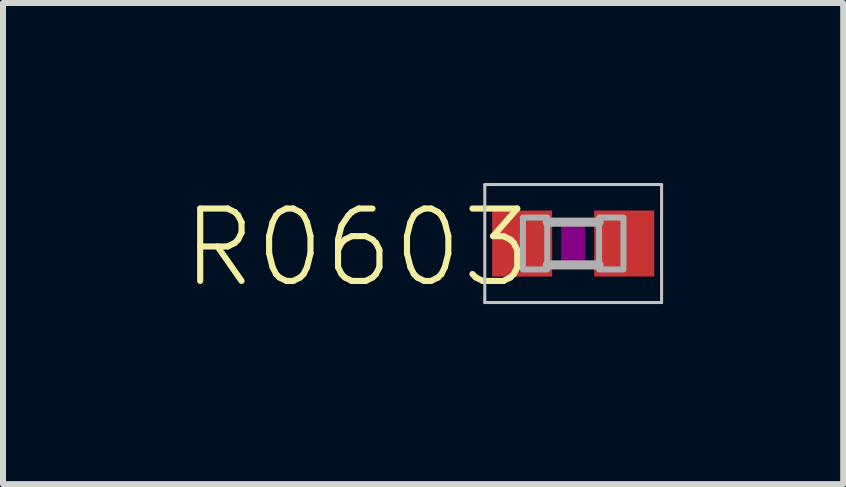
<source format=kicad_pcb>
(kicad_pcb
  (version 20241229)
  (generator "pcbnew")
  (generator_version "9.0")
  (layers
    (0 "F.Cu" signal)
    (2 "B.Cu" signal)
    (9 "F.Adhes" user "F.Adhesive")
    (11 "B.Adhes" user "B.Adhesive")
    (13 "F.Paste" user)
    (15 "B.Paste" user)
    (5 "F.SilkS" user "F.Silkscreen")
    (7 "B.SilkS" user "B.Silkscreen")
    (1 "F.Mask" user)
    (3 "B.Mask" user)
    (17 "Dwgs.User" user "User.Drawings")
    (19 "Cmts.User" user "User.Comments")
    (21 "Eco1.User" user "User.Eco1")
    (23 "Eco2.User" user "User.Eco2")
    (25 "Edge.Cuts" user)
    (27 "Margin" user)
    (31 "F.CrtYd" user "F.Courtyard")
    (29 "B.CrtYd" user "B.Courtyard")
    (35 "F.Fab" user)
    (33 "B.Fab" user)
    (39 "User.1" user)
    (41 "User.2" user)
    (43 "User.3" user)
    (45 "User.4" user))
  (footprint "R0603"
    (layer "F.Cu")
    (at 6.501 1.008)
    (property "Reference" "R0603" (at -0.635 -0.635 0) (layer "F.SilkS") (effects (font (size 1.206 1.206) (thickness 0.102)) (justify right top)))
    (attr through_hole)
    (fp_poly (pts (xy -0.2 0.4) (xy 0.2 0.4) (xy 0.2 -0.4) (xy -0.2 -0.4)) (stroke (width 0) (type solid)) (fill yes) (layer "F.Adhes"))
    (fp_line (start -1.473 -0.983) (end 1.473 -0.983) (stroke (width 0.051) (type solid)) (layer "Dwgs.User"))
    (fp_line (start -1.473 0.983) (end -1.473 -0.983) (stroke (width 0.051) (type solid)) (layer "Dwgs.User"))
    (fp_line (start 1.473 -0.983) (end 1.473 0.983) (stroke (width 0.051) (type solid)) (layer "Dwgs.User"))
    (fp_line (start 1.473 0.983) (end -1.473 0.983) (stroke (width 0.051) (type solid)) (layer "Dwgs.User"))
    (fp_line (start -0.432 0.356) (end 0.432 0.356) (stroke (width 0.152) (type solid)) (layer "F.Fab"))
    (fp_line (start 0.432 -0.356) (end -0.432 -0.356) (stroke (width 0.152) (type solid)) (layer "F.Fab"))
    (fp_poly (pts (xy -0.838 0.432) (xy -0.432 0.432) (xy -0.432 -0.432) (xy -0.838 -0.432)) (stroke (width 0.1) (type solid)) (fill no) (layer "F.Fab"))
    (fp_poly (pts (xy 0.432 0.432) (xy 0.838 0.432) (xy 0.838 -0.432) (xy 0.432 -0.432)) (stroke (width 0.1) (type solid)) (fill no) (layer "F.Fab"))
    (pad "1" smd rect (at -0.85 0) (size 1 1.1) (layers "F.Cu" "F.Mask" "F.Paste"))
    (pad "2" smd rect (at 0.85 0) (size 1 1.1) (layers "F.Cu" "F.Mask" "F.Paste")))
  (gr_rect
    (start -3 -3)
    (end 11 5.017)
    (stroke (width 0.1) (type default))
    (fill no)
    (layer "Edge.Cuts")))
</source>
